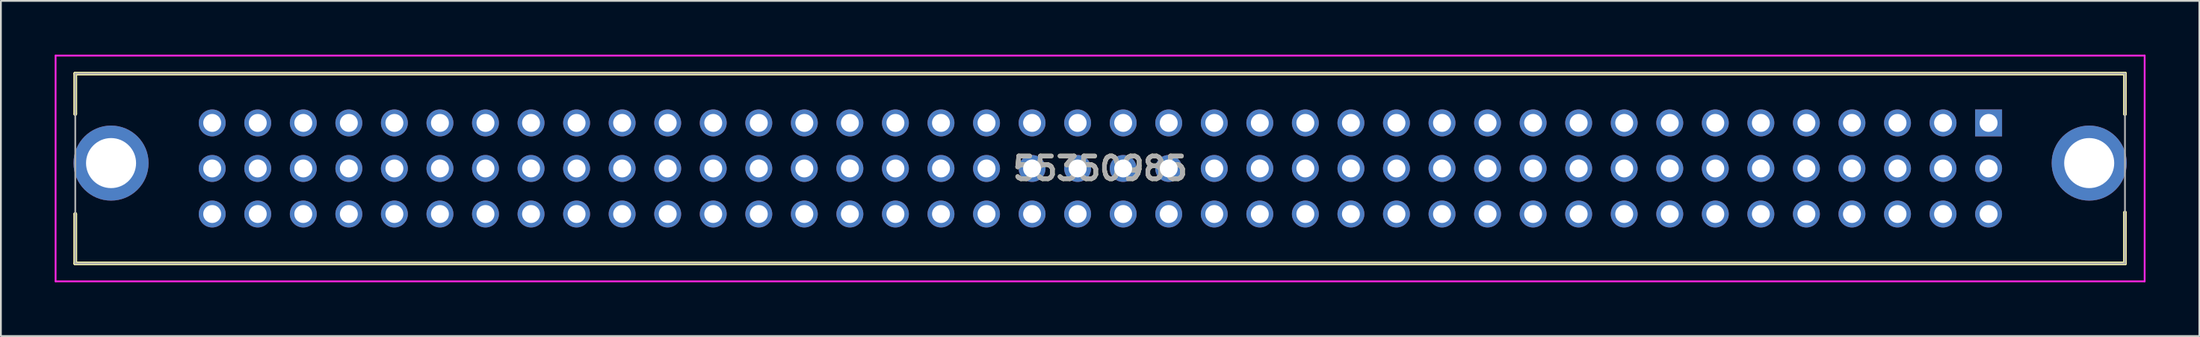
<source format=kicad_pcb>
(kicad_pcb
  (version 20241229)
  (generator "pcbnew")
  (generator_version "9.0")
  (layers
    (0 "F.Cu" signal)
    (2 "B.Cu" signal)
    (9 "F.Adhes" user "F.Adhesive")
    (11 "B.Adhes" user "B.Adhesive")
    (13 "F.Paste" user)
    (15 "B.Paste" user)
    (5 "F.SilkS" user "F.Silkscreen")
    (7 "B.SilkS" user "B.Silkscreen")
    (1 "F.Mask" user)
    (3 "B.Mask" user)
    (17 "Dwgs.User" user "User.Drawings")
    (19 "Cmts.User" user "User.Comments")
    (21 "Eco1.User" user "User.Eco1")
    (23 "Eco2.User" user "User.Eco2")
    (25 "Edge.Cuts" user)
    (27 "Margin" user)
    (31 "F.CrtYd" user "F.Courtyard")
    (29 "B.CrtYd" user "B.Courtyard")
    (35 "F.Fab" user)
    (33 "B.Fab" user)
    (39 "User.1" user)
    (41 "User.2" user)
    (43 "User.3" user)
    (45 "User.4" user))
  (footprint "55350985"
    (layer "F.Cu")
    (at 107.843 3.805)
    (property "Reference" "55350985" (at -49.545 2.54 0) (layer "F.SilkS") (effects (font (size 1.27 1.27) (thickness 0.254))))
    (attr through_hole)
    (fp_line (start -106.695 -2.75) (end -106.695 -2.75) (stroke (width 0.2) (type solid)) (layer "F.SilkS"))
    (fp_line (start -106.695 -2.75) (end -106.695 -2.75) (stroke (width 0.2) (type solid)) (layer "F.SilkS"))
    (fp_line (start -106.695 -2.75) (end -106.695 -0.5) (stroke (width 0.2) (type solid)) (layer "F.SilkS"))
    (fp_line (start -106.695 -2.75) (end 7.605 -2.75) (stroke (width 0.2) (type solid)) (layer "F.SilkS"))
    (fp_line (start -106.695 -0.5) (end -106.695 -2.75) (stroke (width 0.2) (type solid)) (layer "F.SilkS"))
    (fp_line (start -106.695 -0.5) (end -106.695 -0.5) (stroke (width 0.2) (type solid)) (layer "F.SilkS"))
    (fp_line (start -106.695 5.08) (end -106.695 5.08) (stroke (width 0.2) (type solid)) (layer "F.SilkS"))
    (fp_line (start -106.695 5.08) (end -106.695 7.835) (stroke (width 0.2) (type solid)) (layer "F.SilkS"))
    (fp_line (start -106.695 7.835) (end -106.695 5.08) (stroke (width 0.2) (type solid)) (layer "F.SilkS"))
    (fp_line (start -106.695 7.835) (end -106.695 7.835) (stroke (width 0.2) (type solid)) (layer "F.SilkS"))
    (fp_line (start -106.695 7.835) (end -106.695 7.835) (stroke (width 0.2) (type solid)) (layer "F.SilkS"))
    (fp_line (start -106.695 7.835) (end 7.605 7.835) (stroke (width 0.2) (type solid)) (layer "F.SilkS"))
    (fp_line (start 7.605 -2.75) (end -106.695 -2.75) (stroke (width 0.2) (type solid)) (layer "F.SilkS"))
    (fp_line (start 7.605 -2.75) (end 7.605 -2.75) (stroke (width 0.2) (type solid)) (layer "F.SilkS"))
    (fp_line (start 7.605 -2.75) (end 7.605 -2.75) (stroke (width 0.2) (type solid)) (layer "F.SilkS"))
    (fp_line (start 7.605 -2.75) (end 7.605 -0.5) (stroke (width 0.2) (type solid)) (layer "F.SilkS"))
    (fp_line (start 7.605 -0.5) (end 7.605 -2.75) (stroke (width 0.2) (type solid)) (layer "F.SilkS"))
    (fp_line (start 7.605 -0.5) (end 7.605 -0.5) (stroke (width 0.2) (type solid)) (layer "F.SilkS"))
    (fp_line (start 7.605 5) (end 7.605 5) (stroke (width 0.2) (type solid)) (layer "F.SilkS"))
    (fp_line (start 7.605 5) (end 7.605 7.835) (stroke (width 0.2) (type solid)) (layer "F.SilkS"))
    (fp_line (start 7.605 7.835) (end -106.695 7.835) (stroke (width 0.2) (type solid)) (layer "F.SilkS"))
    (fp_line (start 7.605 7.835) (end 7.605 5) (stroke (width 0.2) (type solid)) (layer "F.SilkS"))
    (fp_line (start 7.605 7.835) (end 7.605 7.835) (stroke (width 0.2) (type solid)) (layer "F.SilkS"))
    (fp_line (start 7.605 7.835) (end 7.605 7.835) (stroke (width 0.2) (type solid)) (layer "F.SilkS"))
    (fp_line (start -107.793 -3.755) (end 8.702 -3.755) (stroke (width 0.1) (type solid)) (layer "F.CrtYd"))
    (fp_line (start -107.793 8.835) (end -107.793 -3.755) (stroke (width 0.1) (type solid)) (layer "F.CrtYd"))
    (fp_line (start 8.702 -3.755) (end 8.702 8.835) (stroke (width 0.1) (type solid)) (layer "F.CrtYd"))
    (fp_line (start 8.702 8.835) (end -107.793 8.835) (stroke (width 0.1) (type solid)) (layer "F.CrtYd"))
    (fp_line (start -106.695 -2.755) (end -106.695 7.835) (stroke (width 0.1) (type solid)) (layer "F.Fab"))
    (fp_line (start -106.695 7.835) (end 7.605 7.835) (stroke (width 0.1) (type solid)) (layer "F.Fab"))
    (fp_line (start 7.605 -2.755) (end -106.695 -2.755) (stroke (width 0.1) (type solid)) (layer "F.Fab"))
    (fp_line (start 7.605 7.835) (end 7.605 -2.755) (stroke (width 0.1) (type solid)) (layer "F.Fab"))
    (fp_text user "${REFERENCE}" (at -49.545 2.54 0) (layer "F.Fab") (effects (font (size 1.27 1.27) (thickness 0.254))))
    (pad "A1" thru_hole rect (at 0 0) (size 1.5 1.5) (drill 1) (layers "*.Cu" "*.Mask"))
    (pad "A2" thru_hole circle (at -2.54 0) (size 1.5 1.5) (drill 1) (layers "*.Cu" "*.Mask"))
    (pad "A3" thru_hole circle (at -5.08 0) (size 1.5 1.5) (drill 1) (layers "*.Cu" "*.Mask"))
    (pad "A4" thru_hole circle (at -7.62 0) (size 1.5 1.5) (drill 1) (layers "*.Cu" "*.Mask"))
    (pad "A5" thru_hole circle (at -10.16 0) (size 1.5 1.5) (drill 1) (layers "*.Cu" "*.Mask"))
    (pad "A6" thru_hole circle (at -12.7 0) (size 1.5 1.5) (drill 1) (layers "*.Cu" "*.Mask"))
    (pad "A7" thru_hole circle (at -15.24 0) (size 1.5 1.5) (drill 1) (layers "*.Cu" "*.Mask"))
    (pad "A8" thru_hole circle (at -17.78 0) (size 1.5 1.5) (drill 1) (layers "*.Cu" "*.Mask"))
    (pad "A9" thru_hole circle (at -20.32 0) (size 1.5 1.5) (drill 1) (layers "*.Cu" "*.Mask"))
    (pad "A10" thru_hole circle (at -22.86 0) (size 1.5 1.5) (drill 1) (layers "*.Cu" "*.Mask"))
    (pad "A11" thru_hole circle (at -25.4 0) (size 1.5 1.5) (drill 1) (layers "*.Cu" "*.Mask"))
    (pad "A12" thru_hole circle (at -27.94 0) (size 1.5 1.5) (drill 1) (layers "*.Cu" "*.Mask"))
    (pad "A13" thru_hole circle (at -30.48 0) (size 1.5 1.5) (drill 1) (layers "*.Cu" "*.Mask"))
    (pad "A14" thru_hole circle (at -33.02 0) (size 1.5 1.5) (drill 1) (layers "*.Cu" "*.Mask"))
    (pad "A15" thru_hole circle (at -35.56 0) (size 1.5 1.5) (drill 1) (layers "*.Cu" "*.Mask"))
    (pad "A16" thru_hole circle (at -38.1 0) (size 1.5 1.5) (drill 1) (layers "*.Cu" "*.Mask"))
    (pad "A17" thru_hole circle (at -40.64 0) (size 1.5 1.5) (drill 1) (layers "*.Cu" "*.Mask"))
    (pad "A18" thru_hole circle (at -43.18 0) (size 1.5 1.5) (drill 1) (layers "*.Cu" "*.Mask"))
    (pad "A19" thru_hole circle (at -45.72 0) (size 1.5 1.5) (drill 1) (layers "*.Cu" "*.Mask"))
    (pad "A20" thru_hole circle (at -48.26 0) (size 1.5 1.5) (drill 1) (layers "*.Cu" "*.Mask"))
    (pad "A21" thru_hole circle (at -50.8 0) (size 1.5 1.5) (drill 1) (layers "*.Cu" "*.Mask"))
    (pad "A22" thru_hole circle (at -53.34 0) (size 1.5 1.5) (drill 1) (layers "*.Cu" "*.Mask"))
    (pad "A23" thru_hole circle (at -55.88 0) (size 1.5 1.5) (drill 1) (layers "*.Cu" "*.Mask"))
    (pad "A24" thru_hole circle (at -58.42 0) (size 1.5 1.5) (drill 1) (layers "*.Cu" "*.Mask"))
    (pad "A25" thru_hole circle (at -60.96 0) (size 1.5 1.5) (drill 1) (layers "*.Cu" "*.Mask"))
    (pad "A26" thru_hole circle (at -63.5 0) (size 1.5 1.5) (drill 1) (layers "*.Cu" "*.Mask"))
    (pad "A27" thru_hole circle (at -66.04 0) (size 1.5 1.5) (drill 1) (layers "*.Cu" "*.Mask"))
    (pad "A28" thru_hole circle (at -68.58 0) (size 1.5 1.5) (drill 1) (layers "*.Cu" "*.Mask"))
    (pad "A29" thru_hole circle (at -71.12 0) (size 1.5 1.5) (drill 1) (layers "*.Cu" "*.Mask"))
    (pad "A30" thru_hole circle (at -73.66 0) (size 1.5 1.5) (drill 1) (layers "*.Cu" "*.Mask"))
    (pad "A31" thru_hole circle (at -76.2 0) (size 1.5 1.5) (drill 1) (layers "*.Cu" "*.Mask"))
    (pad "A32" thru_hole circle (at -78.74 0) (size 1.5 1.5) (drill 1) (layers "*.Cu" "*.Mask"))
    (pad "A33" thru_hole circle (at -81.28 0) (size 1.5 1.5) (drill 1) (layers "*.Cu" "*.Mask"))
    (pad "A34" thru_hole circle (at -83.82 0) (size 1.5 1.5) (drill 1) (layers "*.Cu" "*.Mask"))
    (pad "A35" thru_hole circle (at -86.36 0) (size 1.5 1.5) (drill 1) (layers "*.Cu" "*.Mask"))
    (pad "A36" thru_hole circle (at -88.9 0) (size 1.5 1.5) (drill 1) (layers "*.Cu" "*.Mask"))
    (pad "A37" thru_hole circle (at -91.44 0) (size 1.5 1.5) (drill 1) (layers "*.Cu" "*.Mask"))
    (pad "A38" thru_hole circle (at -93.98 0) (size 1.5 1.5) (drill 1) (layers "*.Cu" "*.Mask"))
    (pad "A39" thru_hole circle (at -96.52 0) (size 1.5 1.5) (drill 1) (layers "*.Cu" "*.Mask"))
    (pad "A40" thru_hole circle (at -99.06 0) (size 1.5 1.5) (drill 1) (layers "*.Cu" "*.Mask"))
    (pad "B1" thru_hole circle (at 0 2.54) (size 1.5 1.5) (drill 1) (layers "*.Cu" "*.Mask"))
    (pad "B2" thru_hole circle (at -2.54 2.54) (size 1.5 1.5) (drill 1) (layers "*.Cu" "*.Mask"))
    (pad "B3" thru_hole circle (at -5.08 2.54) (size 1.5 1.5) (drill 1) (layers "*.Cu" "*.Mask"))
    (pad "B4" thru_hole circle (at -7.62 2.54) (size 1.5 1.5) (drill 1) (layers "*.Cu" "*.Mask"))
    (pad "B5" thru_hole circle (at -10.16 2.54) (size 1.5 1.5) (drill 1) (layers "*.Cu" "*.Mask"))
    (pad "B6" thru_hole circle (at -12.7 2.54) (size 1.5 1.5) (drill 1) (layers "*.Cu" "*.Mask"))
    (pad "B7" thru_hole circle (at -15.24 2.54) (size 1.5 1.5) (drill 1) (layers "*.Cu" "*.Mask"))
    (pad "B8" thru_hole circle (at -17.78 2.54) (size 1.5 1.5) (drill 1) (layers "*.Cu" "*.Mask"))
    (pad "B9" thru_hole circle (at -20.32 2.54) (size 1.5 1.5) (drill 1) (layers "*.Cu" "*.Mask"))
    (pad "B10" thru_hole circle (at -22.86 2.54) (size 1.5 1.5) (drill 1) (layers "*.Cu" "*.Mask"))
    (pad "B11" thru_hole circle (at -25.4 2.54) (size 1.5 1.5) (drill 1) (layers "*.Cu" "*.Mask"))
    (pad "B12" thru_hole circle (at -27.94 2.54) (size 1.5 1.5) (drill 1) (layers "*.Cu" "*.Mask"))
    (pad "B13" thru_hole circle (at -30.48 2.54) (size 1.5 1.5) (drill 1) (layers "*.Cu" "*.Mask"))
    (pad "B14" thru_hole circle (at -33.02 2.54) (size 1.5 1.5) (drill 1) (layers "*.Cu" "*.Mask"))
    (pad "B15" thru_hole circle (at -35.56 2.54) (size 1.5 1.5) (drill 1) (layers "*.Cu" "*.Mask"))
    (pad "B16" thru_hole circle (at -38.1 2.54) (size 1.5 1.5) (drill 1) (layers "*.Cu" "*.Mask"))
    (pad "B17" thru_hole circle (at -40.64 2.54) (size 1.5 1.5) (drill 1) (layers "*.Cu" "*.Mask"))
    (pad "B18" thru_hole circle (at -43.18 2.54) (size 1.5 1.5) (drill 1) (layers "*.Cu" "*.Mask"))
    (pad "B19" thru_hole circle (at -45.72 2.54) (size 1.5 1.5) (drill 1) (layers "*.Cu" "*.Mask"))
    (pad "B20" thru_hole circle (at -48.26 2.54) (size 1.5 1.5) (drill 1) (layers "*.Cu" "*.Mask"))
    (pad "B21" thru_hole circle (at -50.8 2.54) (size 1.5 1.5) (drill 1) (layers "*.Cu" "*.Mask"))
    (pad "B22" thru_hole circle (at -53.34 2.54) (size 1.5 1.5) (drill 1) (layers "*.Cu" "*.Mask"))
    (pad "B23" thru_hole circle (at -55.88 2.54) (size 1.5 1.5) (drill 1) (layers "*.Cu" "*.Mask"))
    (pad "B24" thru_hole circle (at -58.42 2.54) (size 1.5 1.5) (drill 1) (layers "*.Cu" "*.Mask"))
    (pad "B25" thru_hole circle (at -60.96 2.54) (size 1.5 1.5) (drill 1) (layers "*.Cu" "*.Mask"))
    (pad "B26" thru_hole circle (at -63.5 2.54) (size 1.5 1.5) (drill 1) (layers "*.Cu" "*.Mask"))
    (pad "B27" thru_hole circle (at -66.04 2.54) (size 1.5 1.5) (drill 1) (layers "*.Cu" "*.Mask"))
    (pad "B28" thru_hole circle (at -68.58 2.54) (size 1.5 1.5) (drill 1) (layers "*.Cu" "*.Mask"))
    (pad "B29" thru_hole circle (at -71.12 2.54) (size 1.5 1.5) (drill 1) (layers "*.Cu" "*.Mask"))
    (pad "B30" thru_hole circle (at -73.66 2.54) (size 1.5 1.5) (drill 1) (layers "*.Cu" "*.Mask"))
    (pad "B31" thru_hole circle (at -76.2 2.54) (size 1.5 1.5) (drill 1) (layers "*.Cu" "*.Mask"))
    (pad "B32" thru_hole circle (at -78.74 2.54) (size 1.5 1.5) (drill 1) (layers "*.Cu" "*.Mask"))
    (pad "B33" thru_hole circle (at -81.28 2.54) (size 1.5 1.5) (drill 1) (layers "*.Cu" "*.Mask"))
    (pad "B34" thru_hole circle (at -83.82 2.54) (size 1.5 1.5) (drill 1) (layers "*.Cu" "*.Mask"))
    (pad "B35" thru_hole circle (at -86.36 2.54) (size 1.5 1.5) (drill 1) (layers "*.Cu" "*.Mask"))
    (pad "B36" thru_hole circle (at -88.9 2.54) (size 1.5 1.5) (drill 1) (layers "*.Cu" "*.Mask"))
    (pad "B37" thru_hole circle (at -91.44 2.54) (size 1.5 1.5) (drill 1) (layers "*.Cu" "*.Mask"))
    (pad "B38" thru_hole circle (at -93.98 2.54) (size 1.5 1.5) (drill 1) (layers "*.Cu" "*.Mask"))
    (pad "B39" thru_hole circle (at -96.52 2.54) (size 1.5 1.5) (drill 1) (layers "*.Cu" "*.Mask"))
    (pad "B40" thru_hole circle (at -99.06 2.54) (size 1.5 1.5) (drill 1) (layers "*.Cu" "*.Mask"))
    (pad "C1" thru_hole circle (at 0 5.08) (size 1.5 1.5) (drill 1) (layers "*.Cu" "*.Mask"))
    (pad "C2" thru_hole circle (at -2.54 5.08) (size 1.5 1.5) (drill 1) (layers "*.Cu" "*.Mask"))
    (pad "C3" thru_hole circle (at -5.08 5.08) (size 1.5 1.5) (drill 1) (layers "*.Cu" "*.Mask"))
    (pad "C4" thru_hole circle (at -7.62 5.08) (size 1.5 1.5) (drill 1) (layers "*.Cu" "*.Mask"))
    (pad "C5" thru_hole circle (at -10.16 5.08) (size 1.5 1.5) (drill 1) (layers "*.Cu" "*.Mask"))
    (pad "C6" thru_hole circle (at -12.7 5.08) (size 1.5 1.5) (drill 1) (layers "*.Cu" "*.Mask"))
    (pad "C7" thru_hole circle (at -15.24 5.08) (size 1.5 1.5) (drill 1) (layers "*.Cu" "*.Mask"))
    (pad "C8" thru_hole circle (at -17.78 5.08) (size 1.5 1.5) (drill 1) (layers "*.Cu" "*.Mask"))
    (pad "C9" thru_hole circle (at -20.32 5.08) (size 1.5 1.5) (drill 1) (layers "*.Cu" "*.Mask"))
    (pad "C10" thru_hole circle (at -22.86 5.08) (size 1.5 1.5) (drill 1) (layers "*.Cu" "*.Mask"))
    (pad "C11" thru_hole circle (at -25.4 5.08) (size 1.5 1.5) (drill 1) (layers "*.Cu" "*.Mask"))
    (pad "C12" thru_hole circle (at -27.94 5.08) (size 1.5 1.5) (drill 1) (layers "*.Cu" "*.Mask"))
    (pad "C13" thru_hole circle (at -30.48 5.08) (size 1.5 1.5) (drill 1) (layers "*.Cu" "*.Mask"))
    (pad "C14" thru_hole circle (at -33.02 5.08) (size 1.5 1.5) (drill 1) (layers "*.Cu" "*.Mask"))
    (pad "C15" thru_hole circle (at -35.56 5.08) (size 1.5 1.5) (drill 1) (layers "*.Cu" "*.Mask"))
    (pad "C16" thru_hole circle (at -38.1 5.08) (size 1.5 1.5) (drill 1) (layers "*.Cu" "*.Mask"))
    (pad "C17" thru_hole circle (at -40.64 5.08) (size 1.5 1.5) (drill 1) (layers "*.Cu" "*.Mask"))
    (pad "C18" thru_hole circle (at -43.18 5.08) (size 1.5 1.5) (drill 1) (layers "*.Cu" "*.Mask"))
    (pad "C19" thru_hole circle (at -45.72 5.08) (size 1.5 1.5) (drill 1) (layers "*.Cu" "*.Mask"))
    (pad "C20" thru_hole circle (at -48.26 5.08) (size 1.5 1.5) (drill 1) (layers "*.Cu" "*.Mask"))
    (pad "C21" thru_hole circle (at -50.8 5.08) (size 1.5 1.5) (drill 1) (layers "*.Cu" "*.Mask"))
    (pad "C22" thru_hole circle (at -53.34 5.08) (size 1.5 1.5) (drill 1) (layers "*.Cu" "*.Mask"))
    (pad "C23" thru_hole circle (at -55.88 5.08) (size 1.5 1.5) (drill 1) (layers "*.Cu" "*.Mask"))
    (pad "C24" thru_hole circle (at -58.42 5.08) (size 1.5 1.5) (drill 1) (layers "*.Cu" "*.Mask"))
    (pad "C25" thru_hole circle (at -60.96 5.08) (size 1.5 1.5) (drill 1) (layers "*.Cu" "*.Mask"))
    (pad "C26" thru_hole circle (at -63.5 5.08) (size 1.5 1.5) (drill 1) (layers "*.Cu" "*.Mask"))
    (pad "C27" thru_hole circle (at -66.04 5.08) (size 1.5 1.5) (drill 1) (layers "*.Cu" "*.Mask"))
    (pad "C28" thru_hole circle (at -68.58 5.08) (size 1.5 1.5) (drill 1) (layers "*.Cu" "*.Mask"))
    (pad "C29" thru_hole circle (at -71.12 5.08) (size 1.5 1.5) (drill 1) (layers "*.Cu" "*.Mask"))
    (pad "C30" thru_hole circle (at -73.66 5.08) (size 1.5 1.5) (drill 1) (layers "*.Cu" "*.Mask"))
    (pad "C31" thru_hole circle (at -76.2 5.08) (size 1.5 1.5) (drill 1) (layers "*.Cu" "*.Mask"))
    (pad "C32" thru_hole circle (at -78.74 5.08) (size 1.5 1.5) (drill 1) (layers "*.Cu" "*.Mask"))
    (pad "C33" thru_hole circle (at -81.28 5.08) (size 1.5 1.5) (drill 1) (layers "*.Cu" "*.Mask"))
    (pad "C34" thru_hole circle (at -83.82 5.08) (size 1.5 1.5) (drill 1) (layers "*.Cu" "*.Mask"))
    (pad "C35" thru_hole circle (at -86.36 5.08) (size 1.5 1.5) (drill 1) (layers "*.Cu" "*.Mask"))
    (pad "C36" thru_hole circle (at -88.9 5.08) (size 1.5 1.5) (drill 1) (layers "*.Cu" "*.Mask"))
    (pad "C37" thru_hole circle (at -91.44 5.08) (size 1.5 1.5) (drill 1) (layers "*.Cu" "*.Mask"))
    (pad "C38" thru_hole circle (at -93.98 5.08) (size 1.5 1.5) (drill 1) (layers "*.Cu" "*.Mask"))
    (pad "C39" thru_hole circle (at -96.52 5.08) (size 1.5 1.5) (drill 1) (layers "*.Cu" "*.Mask"))
    (pad "C40" thru_hole circle (at -99.06 5.08) (size 1.5 1.5) (drill 1) (layers "*.Cu" "*.Mask"))
    (pad "MH1" thru_hole circle (at 5.61 2.24) (size 4.185 4.185) (drill 2.79) (layers "*.Cu" "*.Mask"))
    (pad "MH2" thru_hole circle (at -104.7 2.24) (size 4.185 4.185) (drill 2.79) (layers "*.Cu" "*.Mask")))
  (gr_rect
    (start -3 -3)
    (end 119.595 15.69)
    (stroke (width 0.1) (type default))
    (fill no)
    (layer "Edge.Cuts")))
</source>
